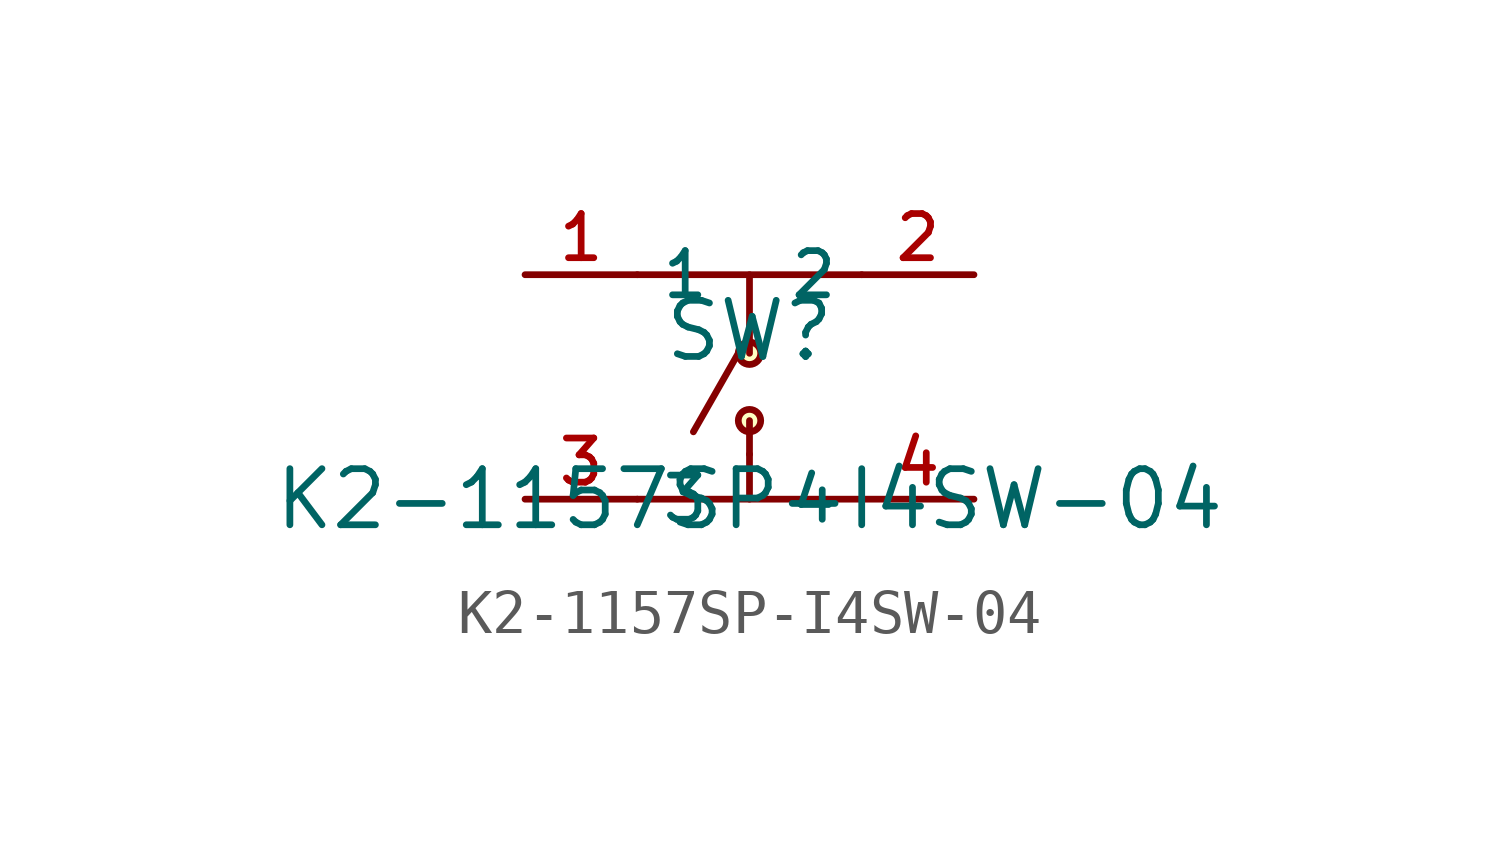
<source format=kicad_sym>
(kicad_symbol_lib
  (version 20210201)
  (generator TousstNicolas/JLC2KiCad_lib)
  (symbol "K2-1157SP-I4SW-04"
    (property "Reference" "SW"
      (at 0 1.27 0)
      (effects (font (size 1.27 1.27))))
    (property "Value" "K2-1157SP-I4SW-04"
      (at 0 -2.54 0)
      (effects (font (size 1.27 1.27))))
    (symbol "K2-1157SP-I4SW-04_0_1"
      (circle (center 0.0 -0.762) (radius 0.254) (stroke (width 0) (type default) (color 0 0 0 0)) (fill (type background)))
      (circle (center 0.0 0.762) (radius 0.254) (stroke (width 0) (type default) (color 0 0 0 0)) (fill (type background)))
      (pin unspecified line (at -5.08 -2.54 0) (length 2.54) (name "3" (effects (font (size 1 1)))) (number "3" (effects (font (size 1 1)))))
      (pin unspecified line (at 5.08 -2.54 180) (length 2.54) (name "4" (effects (font (size 1 1)))) (number "4" (effects (font (size 1 1)))))
      (pin unspecified line (at 5.08 2.54 180) (length 2.54) (name "2" (effects (font (size 1 1)))) (number "2" (effects (font (size 1 1)))))
      (pin unspecified line (at -5.08 2.54 0) (length 2.54) (name "1" (effects (font (size 1 1)))) (number "1" (effects (font (size 1 1)))))
      (polyline (pts (xy -1.27 -1.016) (xy -0.254 0.762)) (stroke (width 0) (type default) (color 0 0 0 0)) (fill (type none)))
      (polyline (pts (xy 0.0 -1.524) (xy 0.0 -0.762)) (stroke (width 0) (type default) (color 0 0 0 0)) (fill (type none)))
      (polyline (pts (xy 0.0 2.54) (xy 0.0 0.762)) (stroke (width 0) (type default) (color 0 0 0 0)) (fill (type none)))
      (polyline (pts (xy 0.0 -2.54) (xy 0.0 -1.524)) (stroke (width 0) (type default) (color 0 0 0 0)) (fill (type none)))
      (polyline (pts (xy 2.54 2.54) (xy -2.54 2.54)) (stroke (width 0) (type default) (color 0 0 0 0)) (fill (type none)))
      (polyline (pts (xy -2.54 -2.54) (xy 2.54 -2.54)) (stroke (width 0) (type default) (color 0 0 0 0)) (fill (type none))))))
</source>
